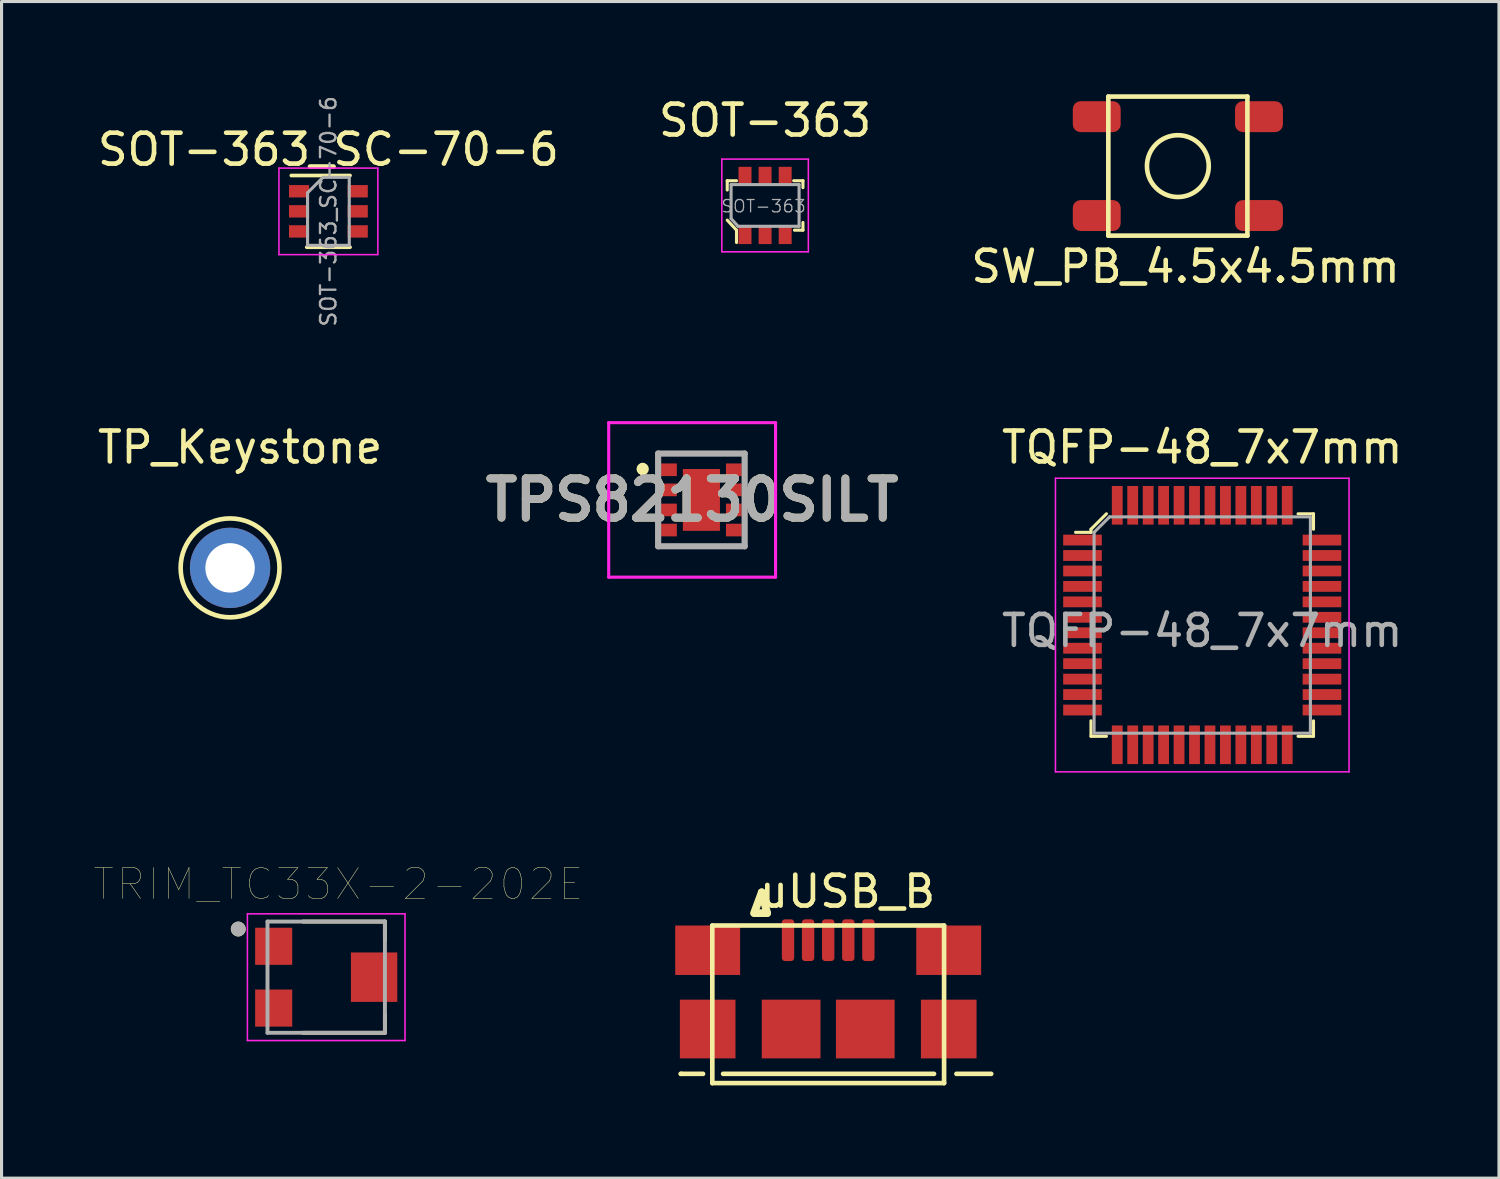
<source format=kicad_pcb>
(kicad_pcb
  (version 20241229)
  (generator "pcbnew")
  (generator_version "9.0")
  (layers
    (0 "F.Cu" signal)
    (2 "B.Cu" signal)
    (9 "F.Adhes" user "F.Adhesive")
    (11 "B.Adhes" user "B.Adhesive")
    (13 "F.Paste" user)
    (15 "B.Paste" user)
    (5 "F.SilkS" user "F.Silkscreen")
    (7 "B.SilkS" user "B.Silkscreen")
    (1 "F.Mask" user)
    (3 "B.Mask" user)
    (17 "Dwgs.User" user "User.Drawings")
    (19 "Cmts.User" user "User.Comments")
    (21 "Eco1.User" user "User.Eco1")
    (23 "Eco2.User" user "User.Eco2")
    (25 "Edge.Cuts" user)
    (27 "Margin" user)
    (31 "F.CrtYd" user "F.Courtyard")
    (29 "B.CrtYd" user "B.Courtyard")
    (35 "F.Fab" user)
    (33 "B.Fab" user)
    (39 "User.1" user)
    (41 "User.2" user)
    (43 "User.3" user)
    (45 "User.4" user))
  (footprint "SOT-363_SC-70-6"
    (placed yes)
    (layer "F.Cu")
    (at 7.577 3.789)
    (property "Reference" "SOT-363_SC-70-6" (at 0 -2 0) (layer "F.SilkS") (effects (font (size 1 1) (thickness 0.15))))
    (attr smd)
    (fp_line (start -0.7 1.16) (end 0.7 1.16) (stroke (width 0.12) (type solid)) (layer "F.SilkS"))
    (fp_line (start 0.7 -1.16) (end -1.2 -1.16) (stroke (width 0.12) (type solid)) (layer "F.SilkS"))
    (fp_line (start -1.6 -1.4) (end -1.6 1.4) (stroke (width 0.05) (type solid)) (layer "F.CrtYd"))
    (fp_line (start -1.6 -1.4) (end 1.6 -1.4) (stroke (width 0.05) (type solid)) (layer "F.CrtYd"))
    (fp_line (start -1.6 1.4) (end 1.6 1.4) (stroke (width 0.05) (type solid)) (layer "F.CrtYd"))
    (fp_line (start 1.6 1.4) (end 1.6 -1.4) (stroke (width 0.05) (type solid)) (layer "F.CrtYd"))
    (fp_line (start -0.675 -0.6) (end -0.675 1.1) (stroke (width 0.1) (type solid)) (layer "F.Fab"))
    (fp_line (start -0.175 -1.1) (end -0.675 -0.6) (stroke (width 0.1) (type solid)) (layer "F.Fab"))
    (fp_line (start 0.675 -1.1) (end -0.175 -1.1) (stroke (width 0.1) (type solid)) (layer "F.Fab"))
    (fp_line (start 0.675 -1.1) (end 0.675 1.1) (stroke (width 0.1) (type solid)) (layer "F.Fab"))
    (fp_line (start 0.675 1.1) (end -0.675 1.1) (stroke (width 0.1) (type solid)) (layer "F.Fab"))
    (fp_text user "${REFERENCE}" (at 0 0 90) (layer "F.Fab") (effects (font (size 0.5 0.5) (thickness 0.075))))
    (pad "1" smd rect (at -0.95 -0.65) (size 0.65 0.4) (layers "F.Cu" "F.Mask" "F.Paste"))
    (pad "2" smd rect (at -0.95 0) (size 0.65 0.4) (layers "F.Cu" "F.Mask" "F.Paste"))
    (pad "3" smd rect (at -0.95 0.65) (size 0.65 0.4) (layers "F.Cu" "F.Mask" "F.Paste"))
    (pad "4" smd rect (at 0.95 0.65) (size 0.65 0.4) (layers "F.Cu" "F.Mask" "F.Paste"))
    (pad "5" smd rect (at 0.95 0) (size 0.65 0.4) (layers "F.Cu" "F.Mask" "F.Paste"))
    (pad "6" smd rect (at 0.95 -0.65) (size 0.65 0.4) (layers "F.Cu" "F.Mask" "F.Paste")))
  (footprint "TP_Keystone"
    (placed yes)
    (layer "F.Cu")
    (at 4.395 15.326)
    (property "Reference" "TP_Keystone" (at 0.325 -3.9 0) (layer "F.SilkS") (effects (font (size 1 1) (thickness 0.15))))
    (attr through_hole)
    (fp_circle (center 0 0) (end 1.6 0) (stroke (width 0.15) (type solid)) (fill no) (layer "F.SilkS"))
    (pad "1" thru_hole circle (at 0 0) (size 2.6 2.6) (drill 1.6) (layers "*.Cu" "*.Mask")))
  (footprint "TQFP-48_7x7mm"
    (placed yes)
    (layer "F.Cu")
    (at 35.854 17.176)
    (property "Reference" "TQFP-48_7x7mm" (at 0 -5.75 0) (layer "F.SilkS") (effects (font (size 1 1) (thickness 0.15))))
    (attr smd)
    (fp_line (start -3.6 -3.1) (end -3.6 -3) (stroke (width 0.1) (type solid)) (layer "F.SilkS"))
    (fp_line (start -3.6 -3) (end -4.1 -3) (stroke (width 0.1) (type solid)) (layer "F.SilkS"))
    (fp_line (start -3.6 3.1) (end -3.6 3.6) (stroke (width 0.1) (type solid)) (layer "F.SilkS"))
    (fp_line (start -3.6 3.6) (end -3.1 3.6) (stroke (width 0.1) (type solid)) (layer "F.SilkS"))
    (fp_line (start -3.1 -3.6) (end -3.6 -3.1) (stroke (width 0.1) (type solid)) (layer "F.SilkS"))
    (fp_line (start 3.1 -3.6) (end 3.6 -3.6) (stroke (width 0.1) (type solid)) (layer "F.SilkS"))
    (fp_line (start 3.6 -3.6) (end 3.6 -3.1) (stroke (width 0.1) (type solid)) (layer "F.SilkS"))
    (fp_line (start 3.6 3.1) (end 3.6 3.6) (stroke (width 0.1) (type solid)) (layer "F.SilkS"))
    (fp_line (start 3.6 3.6) (end 3.1 3.6) (stroke (width 0.1) (type solid)) (layer "F.SilkS"))
    (fp_line (start -4.75 -4.75) (end -4.75 4.75) (stroke (width 0.05) (type solid)) (layer "F.CrtYd"))
    (fp_line (start -4.75 -4.75) (end 4.75 -4.75) (stroke (width 0.05) (type solid)) (layer "F.CrtYd"))
    (fp_line (start -4.75 4.75) (end 4.75 4.75) (stroke (width 0.05) (type solid)) (layer "F.CrtYd"))
    (fp_line (start 4.75 -4.75) (end 4.75 4.75) (stroke (width 0.05) (type solid)) (layer "F.CrtYd"))
    (fp_line (start -3.5 -3) (end -3.5 3.5) (stroke (width 0.1) (type solid)) (layer "F.Fab"))
    (fp_line (start -3.5 -3) (end -3 -3.5) (stroke (width 0.1) (type solid)) (layer "F.Fab"))
    (fp_line (start -3.5 3.5) (end 3.5 3.5) (stroke (width 0.1) (type solid)) (layer "F.Fab"))
    (fp_line (start -3 -3.5) (end 3.5 -3.5) (stroke (width 0.1) (type solid)) (layer "F.Fab"))
    (fp_line (start 3.5 -3.5) (end 3.5 3.5) (stroke (width 0.1) (type solid)) (layer "F.Fab"))
    (fp_text user "${REFERENCE}" (at 0 0.185 0) (layer "F.Fab") (effects (font (size 1 1) (thickness 0.15))))
    (pad "1" smd rect (at -3.875 -2.75) (size 1.25 0.35) (layers "F.Cu" "F.Mask" "F.Paste"))
    (pad "2" smd rect (at -3.875 -2.25) (size 1.25 0.35) (layers "F.Cu" "F.Mask" "F.Paste"))
    (pad "3" smd rect (at -3.875 -1.75) (size 1.25 0.35) (layers "F.Cu" "F.Mask" "F.Paste"))
    (pad "4" smd rect (at -3.875 -1.25) (size 1.25 0.35) (layers "F.Cu" "F.Mask" "F.Paste"))
    (pad "5" smd rect (at -3.875 -0.75) (size 1.25 0.35) (layers "F.Cu" "F.Mask" "F.Paste"))
    (pad "6" smd rect (at -3.875 -0.25) (size 1.25 0.35) (layers "F.Cu" "F.Mask" "F.Paste"))
    (pad "7" smd rect (at -3.875 0.25) (size 1.25 0.35) (layers "F.Cu" "F.Mask" "F.Paste"))
    (pad "8" smd rect (at -3.875 0.75) (size 1.25 0.35) (layers "F.Cu" "F.Mask" "F.Paste"))
    (pad "9" smd rect (at -3.875 1.25) (size 1.25 0.35) (layers "F.Cu" "F.Mask" "F.Paste"))
    (pad "10" smd rect (at -3.875 1.75) (size 1.25 0.35) (layers "F.Cu" "F.Mask" "F.Paste"))
    (pad "11" smd rect (at -3.875 2.25) (size 1.25 0.35) (layers "F.Cu" "F.Mask" "F.Paste"))
    (pad "12" smd rect (at -3.875 2.75) (size 1.25 0.35) (layers "F.Cu" "F.Mask" "F.Paste"))
    (pad "13" smd rect (at -2.75 3.875) (size 0.35 1.25) (layers "F.Cu" "F.Mask" "F.Paste"))
    (pad "14" smd rect (at -2.25 3.875) (size 0.35 1.25) (layers "F.Cu" "F.Mask" "F.Paste"))
    (pad "15" smd rect (at -1.75 3.875) (size 0.35 1.25) (layers "F.Cu" "F.Mask" "F.Paste"))
    (pad "16" smd rect (at -1.25 3.875) (size 0.35 1.25) (layers "F.Cu" "F.Mask" "F.Paste"))
    (pad "17" smd rect (at -0.75 3.875) (size 0.35 1.25) (layers "F.Cu" "F.Mask" "F.Paste"))
    (pad "18" smd rect (at -0.25 3.875) (size 0.35 1.25) (layers "F.Cu" "F.Mask" "F.Paste"))
    (pad "19" smd rect (at 0.25 3.875) (size 0.35 1.25) (layers "F.Cu" "F.Mask" "F.Paste"))
    (pad "20" smd rect (at 0.75 3.875) (size 0.35 1.25) (layers "F.Cu" "F.Mask" "F.Paste"))
    (pad "21" smd rect (at 1.25 3.875) (size 0.35 1.25) (layers "F.Cu" "F.Mask" "F.Paste"))
    (pad "22" smd rect (at 1.75 3.875) (size 0.35 1.25) (layers "F.Cu" "F.Mask" "F.Paste"))
    (pad "23" smd rect (at 2.25 3.875) (size 0.35 1.25) (layers "F.Cu" "F.Mask" "F.Paste"))
    (pad "24" smd rect (at 2.75 3.875) (size 0.35 1.25) (layers "F.Cu" "F.Mask" "F.Paste"))
    (pad "25" smd rect (at 3.875 2.75) (size 1.25 0.35) (layers "F.Cu" "F.Mask" "F.Paste"))
    (pad "26" smd rect (at 3.875 2.25) (size 1.25 0.35) (layers "F.Cu" "F.Mask" "F.Paste"))
    (pad "27" smd rect (at 3.875 1.75) (size 1.25 0.35) (layers "F.Cu" "F.Mask" "F.Paste"))
    (pad "28" smd rect (at 3.875 1.25) (size 1.25 0.35) (layers "F.Cu" "F.Mask" "F.Paste"))
    (pad "29" smd rect (at 3.875 0.75) (size 1.25 0.35) (layers "F.Cu" "F.Mask" "F.Paste"))
    (pad "30" smd rect (at 3.875 0.25) (size 1.25 0.35) (layers "F.Cu" "F.Mask" "F.Paste"))
    (pad "31" smd rect (at 3.875 -0.25) (size 1.25 0.35) (layers "F.Cu" "F.Mask" "F.Paste"))
    (pad "32" smd rect (at 3.875 -0.75) (size 1.25 0.35) (layers "F.Cu" "F.Mask" "F.Paste"))
    (pad "33" smd rect (at 3.875 -1.25) (size 1.25 0.35) (layers "F.Cu" "F.Mask" "F.Paste"))
    (pad "34" smd rect (at 3.875 -1.75) (size 1.25 0.35) (layers "F.Cu" "F.Mask" "F.Paste"))
    (pad "35" smd rect (at 3.875 -2.25) (size 1.25 0.35) (layers "F.Cu" "F.Mask" "F.Paste"))
    (pad "36" smd rect (at 3.875 -2.75) (size 1.25 0.35) (layers "F.Cu" "F.Mask" "F.Paste"))
    (pad "37" smd rect (at 2.75 -3.875) (size 0.35 1.25) (layers "F.Cu" "F.Mask" "F.Paste"))
    (pad "38" smd rect (at 2.25 -3.875) (size 0.35 1.25) (layers "F.Cu" "F.Mask" "F.Paste"))
    (pad "39" smd rect (at 1.75 -3.875) (size 0.35 1.25) (layers "F.Cu" "F.Mask" "F.Paste"))
    (pad "40" smd rect (at 1.25 -3.875) (size 0.35 1.25) (layers "F.Cu" "F.Mask" "F.Paste"))
    (pad "41" smd rect (at 0.75 -3.875) (size 0.35 1.25) (layers "F.Cu" "F.Mask" "F.Paste"))
    (pad "42" smd rect (at 0.25 -3.875) (size 0.35 1.25) (layers "F.Cu" "F.Mask" "F.Paste"))
    (pad "43" smd rect (at -0.25 -3.875) (size 0.35 1.25) (layers "F.Cu" "F.Mask" "F.Paste"))
    (pad "44" smd rect (at -0.75 -3.875) (size 0.35 1.25) (layers "F.Cu" "F.Mask" "F.Paste"))
    (pad "45" smd rect (at -1.25 -3.875) (size 0.35 1.25) (layers "F.Cu" "F.Mask" "F.Paste"))
    (pad "46" smd rect (at -1.75 -3.875) (size 0.35 1.25) (layers "F.Cu" "F.Mask" "F.Paste"))
    (pad "47" smd rect (at -2.25 -3.875) (size 0.35 1.25) (layers "F.Cu" "F.Mask" "F.Paste"))
    (pad "48" smd rect (at -2.75 -3.875) (size 0.35 1.25) (layers "F.Cu" "F.Mask" "F.Paste")))
  (footprint "SOT-363"
    (placed yes)
    (layer "F.Cu")
    (at 21.708 3.598)
    (property "Reference" "SOT-363" (at 0 -2.75 0) (layer "F.SilkS") (effects (font (size 1 1) (thickness 0.15))))
    (attr smd)
    (fp_line (start -1.225 -0.8) (end -1.225 -0.5) (stroke (width 0.1) (type solid)) (layer "F.SilkS"))
    (fp_line (start -1.225 0.475) (end -0.925 0.8) (stroke (width 0.1) (type solid)) (layer "F.SilkS"))
    (fp_line (start -0.925 -0.8) (end -1.225 -0.8) (stroke (width 0.1) (type solid)) (layer "F.SilkS"))
    (fp_line (start -0.925 0.8) (end -0.925 1.2) (stroke (width 0.1) (type solid)) (layer "F.SilkS"))
    (fp_line (start 0.925 -0.8) (end 1.225 -0.8) (stroke (width 0.1) (type solid)) (layer "F.SilkS"))
    (fp_line (start 0.95 0.8) (end 1.225 0.8) (stroke (width 0.1) (type solid)) (layer "F.SilkS"))
    (fp_line (start 1.225 -0.8) (end 1.225 -0.575) (stroke (width 0.1) (type solid)) (layer "F.SilkS"))
    (fp_line (start 1.225 0.8) (end 1.225 0.55) (stroke (width 0.1) (type solid)) (layer "F.SilkS"))
    (fp_line (start -1.4 -1.5) (end 1.4 -1.5) (stroke (width 0.05) (type solid)) (layer "F.CrtYd"))
    (fp_line (start -1.4 1.5) (end -1.4 -1.5) (stroke (width 0.05) (type solid)) (layer "F.CrtYd"))
    (fp_line (start 1.4 -1.5) (end 1.4 1.5) (stroke (width 0.05) (type solid)) (layer "F.CrtYd"))
    (fp_line (start 1.4 1.5) (end -1.4 1.5) (stroke (width 0.05) (type solid)) (layer "F.CrtYd"))
    (fp_line (start -1.1 -0.675) (end 1.1 -0.675) (stroke (width 0.1) (type solid)) (layer "F.Fab"))
    (fp_line (start -1.1 0.425) (end -1.1 -0.675) (stroke (width 0.1) (type solid)) (layer "F.Fab"))
    (fp_line (start -1.1 0.425) (end -0.875 0.675) (stroke (width 0.1) (type solid)) (layer "F.Fab"))
    (fp_line (start -0.875 0.675) (end 1.1 0.675) (stroke (width 0.1) (type solid)) (layer "F.Fab"))
    (fp_line (start 1.1 -0.675) (end 1.1 0.675) (stroke (width 0.1) (type solid)) (layer "F.Fab"))
    (fp_text user "${REFERENCE}" (at -0.05 0.025 0) (layer "F.Fab") (effects (font (size 0.4 0.4) (thickness 0.04))))
    (pad "1" smd rect (at -0.65 0.95) (size 0.42 0.6) (layers "F.Cu" "F.Mask" "F.Paste"))
    (pad "2" smd rect (at 0 0.95) (size 0.42 0.6) (layers "F.Cu" "F.Mask" "F.Paste"))
    (pad "3" smd rect (at 0.65 0.95) (size 0.42 0.6) (layers "F.Cu" "F.Mask" "F.Paste"))
    (pad "4" smd rect (at 0.65 -0.95) (size 0.42 0.6) (layers "F.Cu" "F.Mask" "F.Paste"))
    (pad "5" smd rect (at 0 -0.95) (size 0.42 0.6) (layers "F.Cu" "F.Mask" "F.Paste"))
    (pad "6" smd rect (at -0.65 -0.95) (size 0.42 0.6) (layers "F.Cu" "F.Mask" "F.Paste")))
  (footprint "uUSB_B"
    (placed yes)
    (layer "F.Cu")
    (at 23.75 30.249)
    (property "Reference" "uUSB_B" (at 0.625 -4.45 180) (layer "F.SilkS") (effects (font (size 1 1) (thickness 0.15))))
    (attr through_hole)
    (fp_line (start -4.75 1.45) (end -4.775 1.45) (stroke (width 0.15) (type solid)) (layer "F.SilkS"))
    (fp_line (start -4.05 1.45) (end -4.75 1.45) (stroke (width 0.15) (type solid)) (layer "F.SilkS"))
    (fp_line (start -3.75 -3.35) (end 3.75 -3.35) (stroke (width 0.15) (type solid)) (layer "F.SilkS"))
    (fp_line (start -3.75 1.75) (end -3.75 -3.35) (stroke (width 0.15) (type solid)) (layer "F.SilkS"))
    (fp_line (start -2.375 -3.75) (end -1.975 -3.75) (stroke (width 0.25) (type solid)) (layer "F.SilkS"))
    (fp_line (start -2.15 -4.425) (end -2.4 -3.75) (stroke (width 0.25) (type solid)) (layer "F.SilkS"))
    (fp_line (start -1.975 -3.75) (end -2.15 -4.425) (stroke (width 0.25) (type solid)) (layer "F.SilkS"))
    (fp_line (start 3.425 1.45) (end -3.4 1.45) (stroke (width 0.15) (type solid)) (layer "F.SilkS"))
    (fp_line (start 3.75 -3.35) (end 3.75 1.75) (stroke (width 0.15) (type solid)) (layer "F.SilkS"))
    (fp_line (start 3.75 1.75) (end -3.75 1.75) (stroke (width 0.15) (type solid)) (layer "F.SilkS"))
    (fp_line (start 5.275 1.45) (end 4.15 1.45) (stroke (width 0.15) (type solid)) (layer "F.SilkS"))
    (pad "1" smd roundrect (at -1.3 -2.875) (size 0.4 1.35) (layers "F.Cu" "F.Mask" "F.Paste") (roundrect_rratio 0.25))
    (pad "2" smd roundrect (at -0.65 -2.875) (size 0.4 1.35) (layers "F.Cu" "F.Mask" "F.Paste") (roundrect_rratio 0.25))
    (pad "3" smd roundrect (at 0 -2.875) (size 0.4 1.35) (layers "F.Cu" "F.Mask" "F.Paste") (roundrect_rratio 0.25))
    (pad "4" smd roundrect (at 0.65 -2.875) (size 0.4 1.35) (layers "F.Cu" "F.Mask" "F.Paste") (roundrect_rratio 0.25))
    (pad "5" smd roundrect (at 1.3 -2.875) (size 0.4 1.35) (layers "F.Cu" "F.Mask" "F.Paste") (roundrect_rratio 0.25))
    (pad "6" smd rect (at -3.9 -2.55) (size 2.1 1.6) (layers "F.Cu" "F.Mask" "F.Paste"))
    (pad "6" smd rect (at -3.9 0) (size 1.8 1.9) (layers "F.Cu" "F.Mask" "F.Paste"))
    (pad "6" smd rect (at -1.2 0) (size 1.9 1.9) (layers "F.Cu" "F.Mask" "F.Paste"))
    (pad "6" smd rect (at 1.2 0) (size 1.9 1.9) (layers "F.Cu" "F.Mask" "F.Paste"))
    (pad "6" smd rect (at 3.9 -2.55) (size 2.1 1.6) (layers "F.Cu" "F.Mask" "F.Paste"))
    (pad "6" smd rect (at 3.9 0) (size 1.8 1.9) (layers "F.Cu" "F.Mask" "F.Paste")))
  (footprint "TPS82130SILT"
    (placed yes)
    (layer "F.Cu")
    (at 19.647 13.127)
    (property "Reference" "TPS82130SILT" (at -0.3 0 0) (layer "F.SilkS") (effects (font (size 1.27 1.27) (thickness 0.254))))
    (attr smd)
    (fp_line (start -1.9 -1.1) (end -1.9 -1.1) (stroke (width 0.2) (type solid)) (layer "F.SilkS"))
    (fp_line (start -1.9 -0.9) (end -1.9 -0.9) (stroke (width 0.2) (type solid)) (layer "F.SilkS"))
    (fp_line (start -1.4 -1.5) (end 1.4 -1.5) (stroke (width 0.1) (type solid)) (layer "F.SilkS"))
    (fp_line (start -1.4 1.5) (end 1.4 1.5) (stroke (width 0.1) (type solid)) (layer "F.SilkS"))
    (fp_arc (start -1.9 -1.1) (mid -1.8 -1) (end -1.9 -0.9) (stroke (width 0.2) (type solid)) (layer "F.SilkS"))
    (fp_arc (start -1.9 -0.9) (mid -2 -1) (end -1.9 -1.1) (stroke (width 0.2) (type solid)) (layer "F.SilkS"))
    (fp_line (start -3 -2.5) (end 2.4 -2.5) (stroke (width 0.1) (type solid)) (layer "F.CrtYd"))
    (fp_line (start -3 2.5) (end -3 -2.5) (stroke (width 0.1) (type solid)) (layer "F.CrtYd"))
    (fp_line (start 2.4 -2.5) (end 2.4 2.5) (stroke (width 0.1) (type solid)) (layer "F.CrtYd"))
    (fp_line (start 2.4 2.5) (end -3 2.5) (stroke (width 0.1) (type solid)) (layer "F.CrtYd"))
    (fp_line (start -1.4 -1.5) (end 1.4 -1.5) (stroke (width 0.2) (type solid)) (layer "F.Fab"))
    (fp_line (start -1.4 1.5) (end -1.4 -1.5) (stroke (width 0.2) (type solid)) (layer "F.Fab"))
    (fp_line (start 1.4 -1.5) (end 1.4 1.5) (stroke (width 0.2) (type solid)) (layer "F.Fab"))
    (fp_line (start 1.4 1.5) (end -1.4 1.5) (stroke (width 0.2) (type solid)) (layer "F.Fab"))
    (fp_text user "${REFERENCE}" (at -0.3 0 0) (layer "F.Fab") (effects (font (size 1.27 1.27) (thickness 0.254))))
    (pad "1" smd rect (at -1.05 -0.975 90) (size 0.41 0.51) (layers "F.Cu" "F.Mask" "F.Paste"))
    (pad "2" smd rect (at -1.05 -0.325 90) (size 0.41 0.51) (layers "F.Cu" "F.Mask" "F.Paste"))
    (pad "3" smd rect (at -1.05 0.325 90) (size 0.41 0.51) (layers "F.Cu" "F.Mask" "F.Paste"))
    (pad "4" smd rect (at -1.05 0.975 90) (size 0.41 0.51) (layers "F.Cu" "F.Mask" "F.Paste"))
    (pad "5" smd rect (at 1.05 0.975 90) (size 0.41 0.51) (layers "F.Cu" "F.Mask" "F.Paste"))
    (pad "6" smd rect (at 1.05 0.325 90) (size 0.41 0.51) (layers "F.Cu" "F.Mask" "F.Paste"))
    (pad "7" smd rect (at 1.05 -0.325 90) (size 0.41 0.51) (layers "F.Cu" "F.Mask" "F.Paste"))
    (pad "8" smd rect (at 1.05 -0.975 90) (size 0.41 0.51) (layers "F.Cu" "F.Mask" "F.Paste"))
    (pad "9" smd rect (at 0 0) (size 1.2 2) (layers "F.Cu" "F.Mask" "F.Paste")))
  (footprint "TRIM_TC33X-2-202E"
    (layer "F.Cu")
    (at 7.606 28.571)
    (property "Reference" "TRIM_TC33X-2-202E" (at 0.294 -3.008 0) (layer "F.SilkS") (effects (font (size 1 1) (thickness 0.015))))
    (attr through_hole)
    (fp_line (start -0.85 -1.8) (end 1.8 -1.8) (stroke (width 0.127) (type solid)) (layer "F.SilkS"))
    (fp_line (start -0.85 1.8) (end 1.8 1.8) (stroke (width 0.127) (type solid)) (layer "F.SilkS"))
    (fp_line (start 1.8 -1.8) (end 1.8 -1.2) (stroke (width 0.127) (type solid)) (layer "F.SilkS"))
    (fp_line (start 1.8 1.8) (end 1.8 1.2) (stroke (width 0.127) (type solid)) (layer "F.SilkS"))
    (fp_circle (center -2.946 -1.558) (end -2.826 -1.558) (stroke (width 0.24) (type solid)) (fill no) (layer "F.SilkS"))
    (fp_line (start -2.65 -2.05) (end 2.45 -2.05) (stroke (width 0.05) (type solid)) (layer "F.CrtYd"))
    (fp_line (start -2.65 2.05) (end -2.65 -2.05) (stroke (width 0.05) (type solid)) (layer "F.CrtYd"))
    (fp_line (start 2.45 -2.05) (end 2.45 2.05) (stroke (width 0.05) (type solid)) (layer "F.CrtYd"))
    (fp_line (start 2.45 2.05) (end -2.65 2.05) (stroke (width 0.05) (type solid)) (layer "F.CrtYd"))
    (fp_line (start -2 -1.8) (end 1.8 -1.8) (stroke (width 0.127) (type solid)) (layer "F.Fab"))
    (fp_line (start -2 1.8) (end -2 -1.8) (stroke (width 0.127) (type solid)) (layer "F.Fab"))
    (fp_line (start 1.8 -1.8) (end 1.8 1.8) (stroke (width 0.127) (type solid)) (layer "F.Fab"))
    (fp_line (start 1.8 1.8) (end -2 1.8) (stroke (width 0.127) (type solid)) (layer "F.Fab"))
    (fp_circle (center -2.946 -1.558) (end -2.826 -1.558) (stroke (width 0.24) (type solid)) (fill no) (layer "F.Fab"))
    (pad "1" smd rect (at -1.8 -1) (size 1.2 1.2) (layers "F.Cu" "F.Mask" "F.Paste"))
    (pad "2" smd rect (at 1.45 0) (size 1.5 1.6) (layers "F.Cu" "F.Mask" "F.Paste"))
    (pad "3" smd rect (at -1.8 1) (size 1.2 1.2) (layers "F.Cu" "F.Mask" "F.Paste")))
  (footprint "SW_PB_4.5x4.5mm"
    (placed yes)
    (layer "F.Cu")
    (at 35.065 2.325)
    (property "Reference" "SW_PB_4.5x4.5mm" (at 0.25 3.25 0) (layer "F.SilkS") (effects (font (size 1 1) (thickness 0.15))))
    (attr through_hole)
    (fp_line (start -2.25 -2.25) (end -2.25 2.25) (stroke (width 0.15) (type solid)) (layer "F.SilkS"))
    (fp_line (start -2.25 2.25) (end 2.25 2.25) (stroke (width 0.15) (type solid)) (layer "F.SilkS"))
    (fp_line (start 2.25 -2.25) (end -2.25 -2.25) (stroke (width 0.15) (type solid)) (layer "F.SilkS"))
    (fp_line (start 2.25 2.25) (end 2.25 -2.25) (stroke (width 0.15) (type solid)) (layer "F.SilkS"))
    (fp_circle (center 0 0) (end 1 0) (stroke (width 0.15) (type solid)) (fill no) (layer "F.SilkS"))
    (pad "1" smd roundrect (at -2.625 -1.6) (size 1.55 1) (layers "F.Cu" "F.Mask" "F.Paste") (roundrect_rratio 0.25))
    (pad "2" smd roundrect (at 2.625 -1.6) (size 1.55 1) (layers "F.Cu" "F.Mask" "F.Paste") (roundrect_rratio 0.25))
    (pad "3" smd roundrect (at -2.625 1.6) (size 1.55 1) (layers "F.Cu" "F.Mask" "F.Paste") (roundrect_rratio 0.25))
    (pad "4" smd roundrect (at 2.625 1.6) (size 1.55 1) (layers "F.Cu" "F.Mask" "F.Paste") (roundrect_rratio 0.25)))
  (gr_rect
    (start -3 -3)
    (end 45.456 35.074)
    (stroke (width 0.1) (type default))
    (fill no)
    (layer "Edge.Cuts")))
</source>
